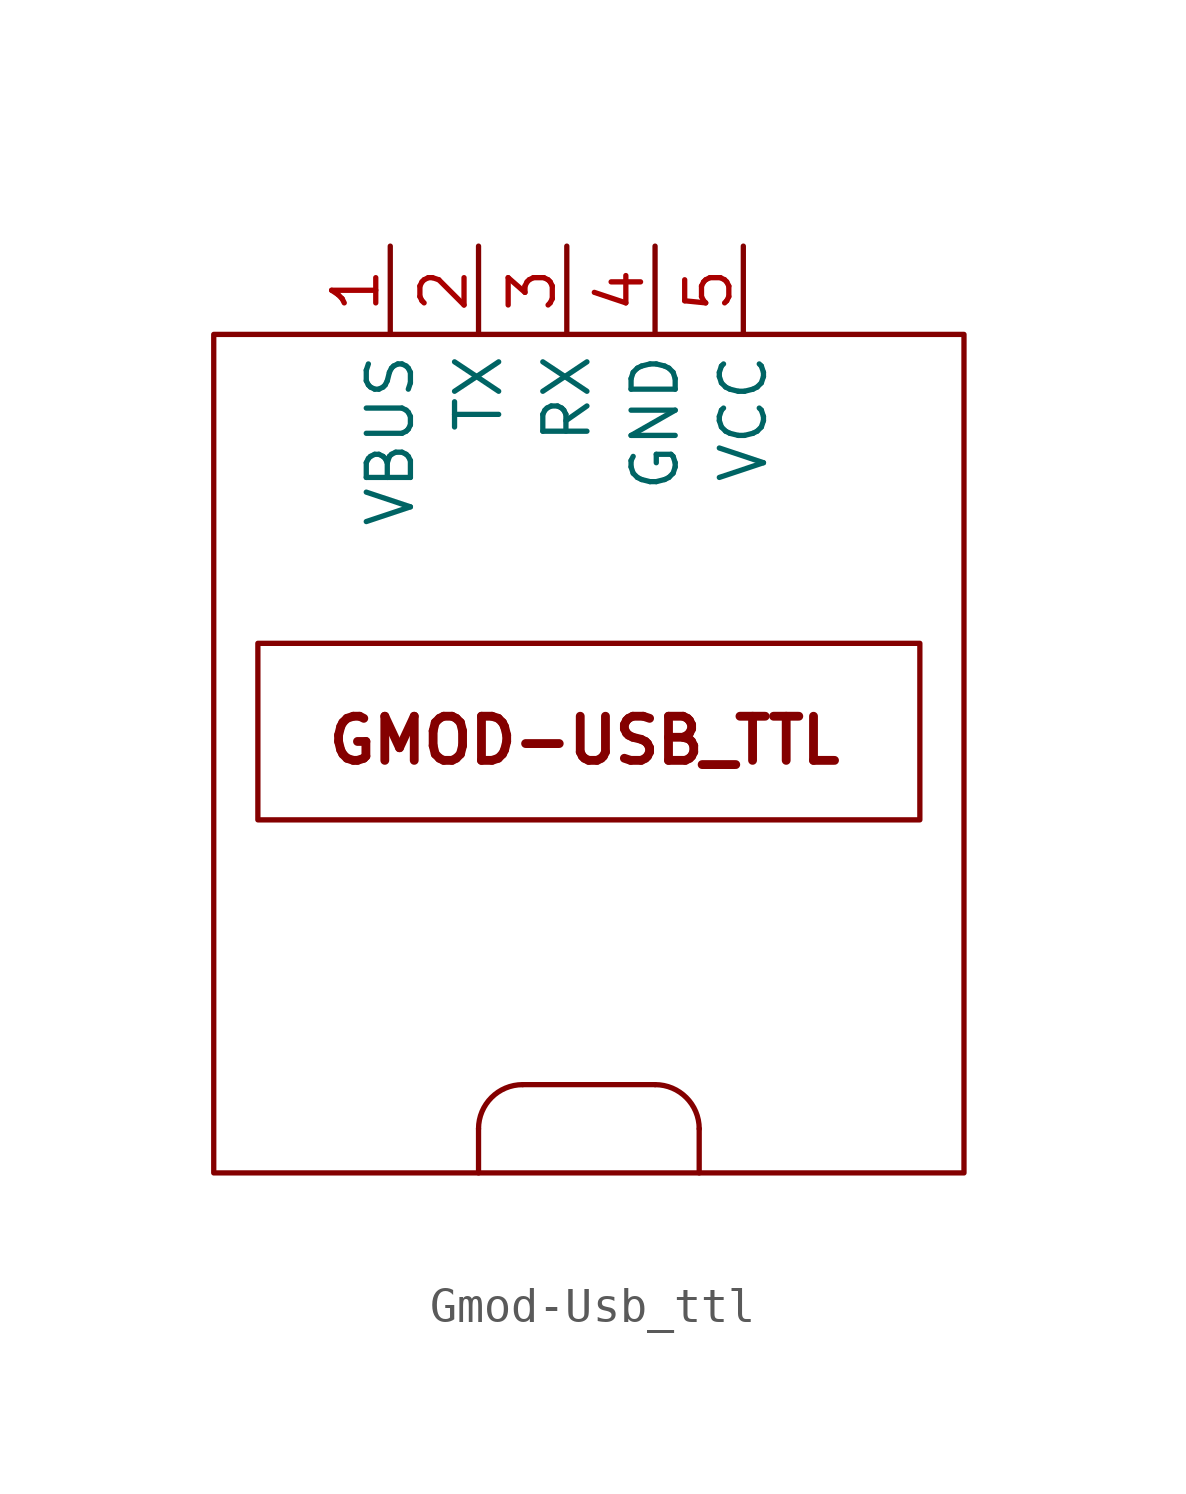
<source format=kicad_sym>
(kicad_symbol_lib
  (version 20241209)
  (generator "kicad_symbol_editor")
  (generator_version "9.0")
  (symbol "Gmod-Usb_ttl"
    (property "Reference" "U"
      (at 0 0 0)
      (effects (font (size 1.27 1.27)) (hide yes)))
    (property "Value" ""
      (at 0 0 0)
      (effects (font (size 1.27 1.27))))
    (symbol "Gmod-Usb_ttl_0_1"
      (rectangle (start -21.59 24.13) (end 0 0) (stroke (width 0) (type default)) (fill (type none)))
      (rectangle (start -20.32 15.24) (end -1.27 10.16) (stroke (width 0) (type default)) (fill (type none)))
      (polyline (pts (xy -13.97 1.27) (xy -13.97 0)) (stroke (width 0) (type default)) (fill (type none)))
      (arc (start -13.97 1.27) (mid -13.598 2.168) (end -12.7 2.54) (stroke (width 0) (type default)) (fill (type none)))
      (polyline (pts (xy -8.89 2.54) (xy -12.7 2.54)) (stroke (width 0) (type default)) (fill (type none)))
      (arc (start -8.8899 2.5401) (mid -7.9919 2.1681) (end -7.6199 1.2701) (stroke (width 0) (type default)) (fill (type none)))
      (polyline (pts (xy -7.62 1.27) (xy -7.62 0)) (stroke (width 0) (type default)) (fill (type none))))
    (symbol "Gmod-Usb_ttl_1_1"
      (text "GMOD-USB_TTL" (at -10.922 12.446 0) (effects (font (size 1.27 1.27) (thickness 0.254) (bold yes))))
      (pin bidirectional line (at -16.51 26.67 270) (length 2.54) (name "VBUS" (effects (font (size 1.27 1.27)))) (number "1" (effects (font (size 1.27 1.27)))))
      (pin bidirectional line (at -13.97 26.67 270) (length 2.54) (name "TX" (effects (font (size 1.27 1.27)))) (number "2" (effects (font (size 1.27 1.27)))))
      (pin bidirectional line (at -11.43 26.67 270) (length 2.54) (name "RX" (effects (font (size 1.27 1.27)))) (number "3" (effects (font (size 1.27 1.27)))))
      (pin power_in line (at -8.89 26.67 270) (length 2.54) (name "GND" (effects (font (size 1.27 1.27)))) (number "4" (effects (font (size 1.27 1.27)))))
      (pin power_in line (at -6.35 26.67 270) (length 2.54) (name "VCC" (effects (font (size 1.27 1.27)))) (number "5" (effects (font (size 1.27 1.27))))))))
</source>
